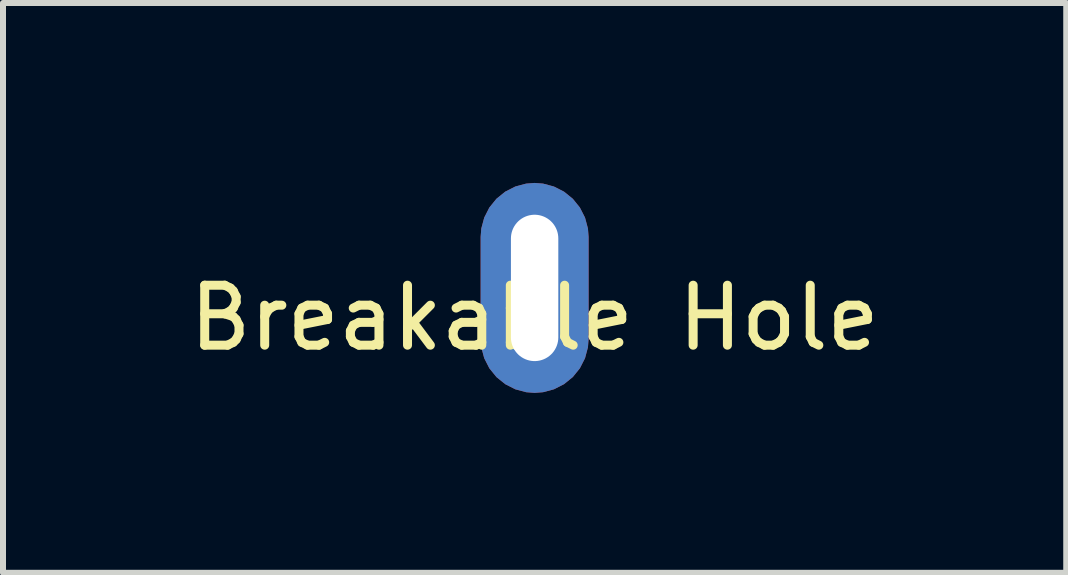
<source format=kicad_pcb>
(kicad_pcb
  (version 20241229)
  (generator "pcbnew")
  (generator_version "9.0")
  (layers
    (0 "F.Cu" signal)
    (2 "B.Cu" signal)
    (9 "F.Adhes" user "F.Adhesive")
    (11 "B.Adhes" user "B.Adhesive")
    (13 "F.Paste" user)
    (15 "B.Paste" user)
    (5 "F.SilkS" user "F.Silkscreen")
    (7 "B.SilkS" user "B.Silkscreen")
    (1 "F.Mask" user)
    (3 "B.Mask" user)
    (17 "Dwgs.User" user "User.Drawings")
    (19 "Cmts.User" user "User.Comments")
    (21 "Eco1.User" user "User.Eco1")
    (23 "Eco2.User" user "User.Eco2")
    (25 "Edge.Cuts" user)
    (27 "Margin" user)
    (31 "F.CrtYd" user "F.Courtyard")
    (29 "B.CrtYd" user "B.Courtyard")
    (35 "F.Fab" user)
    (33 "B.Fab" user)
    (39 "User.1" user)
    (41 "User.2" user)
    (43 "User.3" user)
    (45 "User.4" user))
  (footprint "Breakable Hole"
    (layer "F.Cu")
    (at 5.863 1.75)
    (property "Reference" "Breakable Hole" (at 0 0.5 0) (layer "F.SilkS") (effects (font (size 1 1) (thickness 0.15))))
    (attr through_hole)
    (pad "1" thru_hole roundrect (at 0 0) (size 1.8 3.5) (drill oval 0.79 2.44) (layers "*.Cu" "*.Mask") (roundrect_rratio 0.5)))
  (gr_rect
    (start -3 -3)
    (end 14.726 6.5)
    (stroke (width 0.1) (type default))
    (fill no)
    (layer "Edge.Cuts")))
</source>
